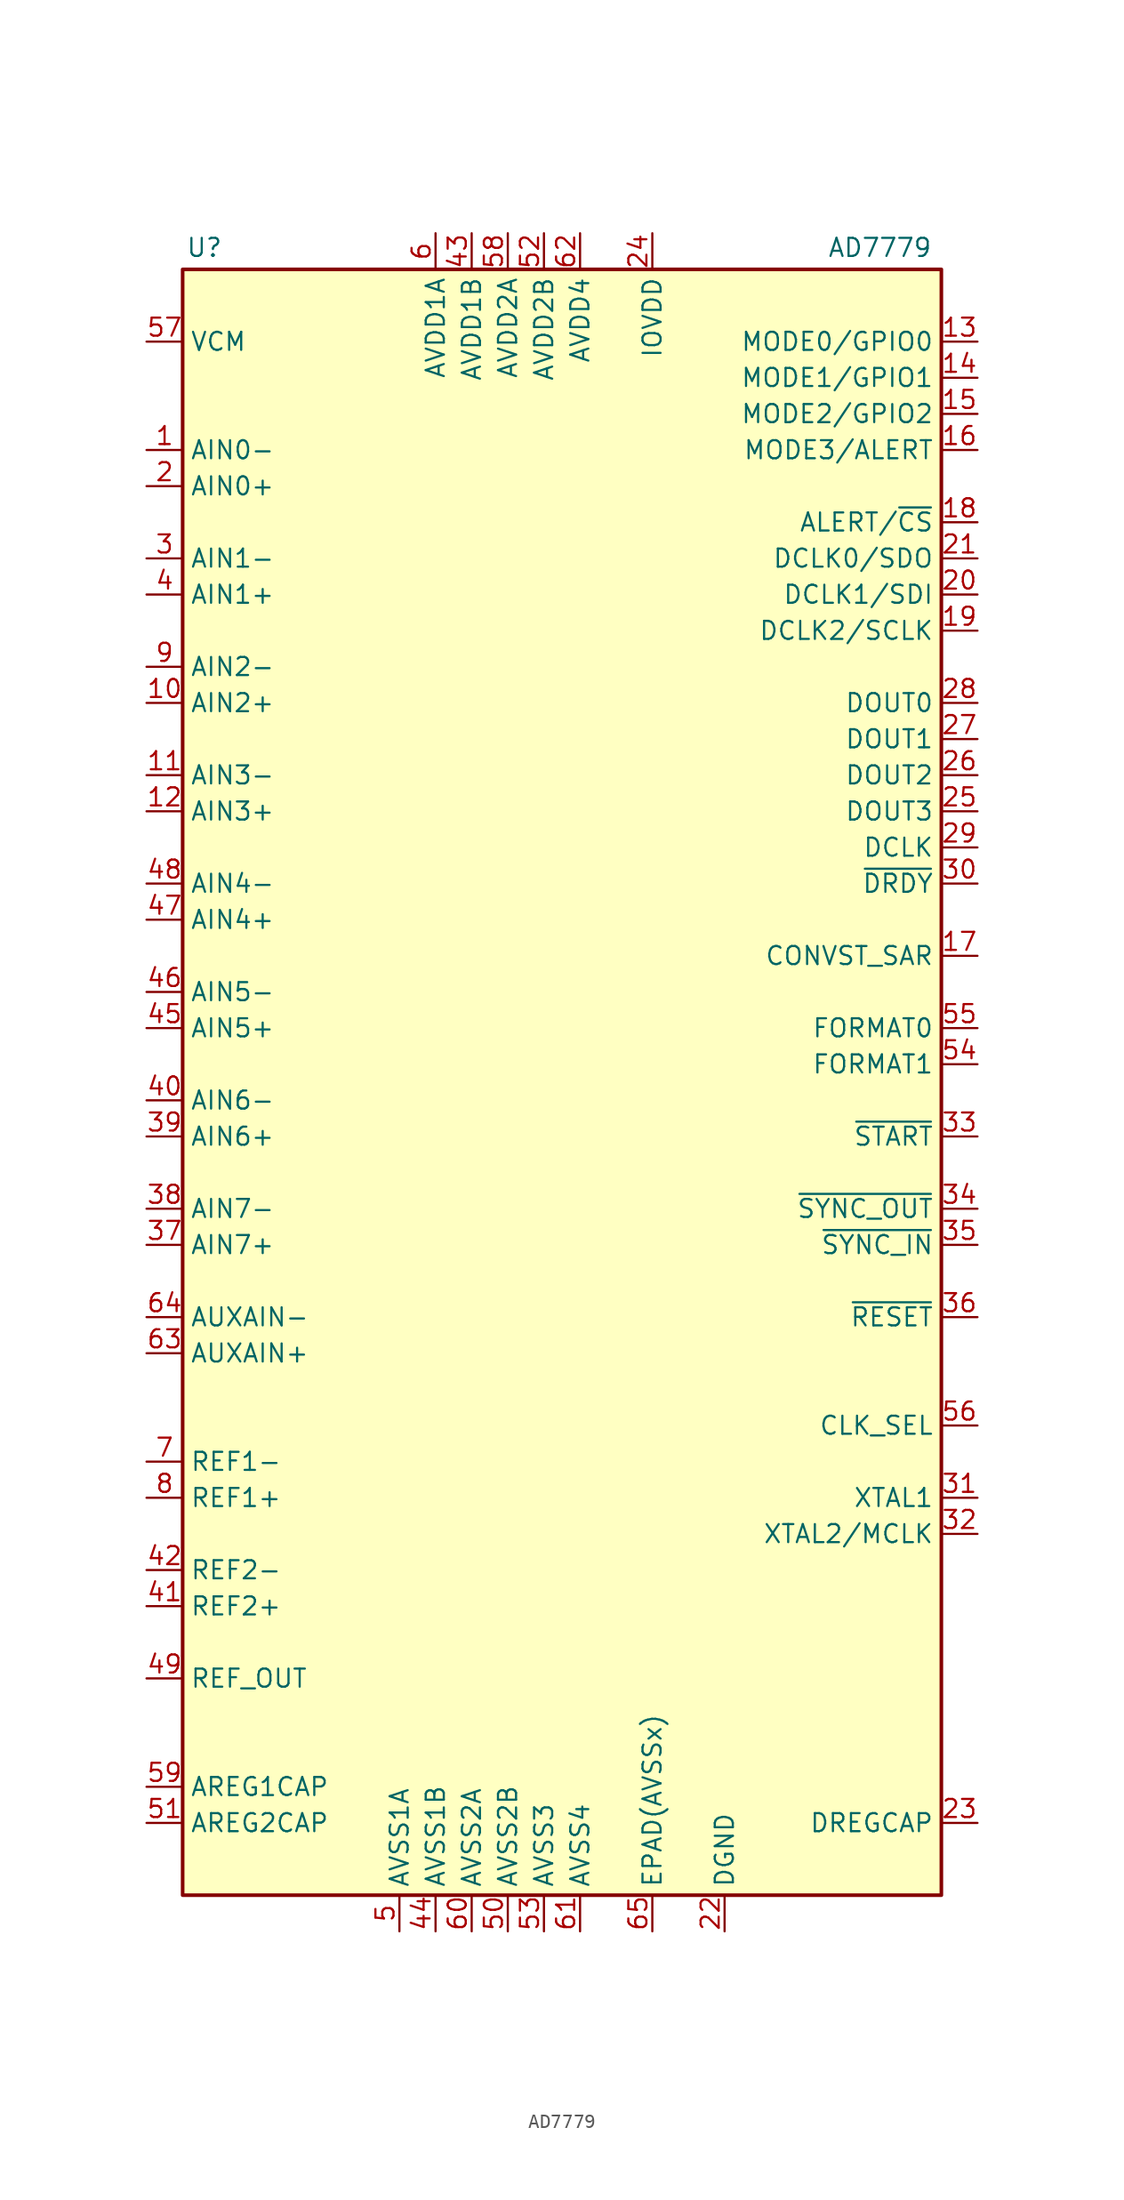
<source format=kicad_sym>
(kicad_symbol_lib
  (version 20241209)
  (generator "kicad_symbol_editor")
  (generator_version "9.0")
  (symbol "AD7779"
    (property "Reference" "U"
      (at -26.416 59.944 0)
      (effects (font (size 1.27 1.27))))
    (property "Value" "AD7779"
      (at 21.082 59.944 0)
      (effects (font (size 1.27 1.27))))
    (symbol "AD7779_1_1"
      (rectangle (start -27.94 58.42) (end 25.4 -55.88) (stroke (width 0.254) (type default)) (fill (type background)))
      (pin output line (at -30.48 53.34 0) (length 2.54) (name "VCM" (effects (font (size 1.27 1.27)))) (number "57" (effects (font (size 1.27 1.27)))))
      (pin input line (at -30.48 45.72 0) (length 2.54) (name "AIN0-" (effects (font (size 1.27 1.27)))) (number "1" (effects (font (size 1.27 1.27)))))
      (pin input line (at -30.48 43.18 0) (length 2.54) (name "AIN0+" (effects (font (size 1.27 1.27)))) (number "2" (effects (font (size 1.27 1.27)))))
      (pin input line (at -30.48 38.1 0) (length 2.54) (name "AIN1-" (effects (font (size 1.27 1.27)))) (number "3" (effects (font (size 1.27 1.27)))))
      (pin input line (at -30.48 35.56 0) (length 2.54) (name "AIN1+" (effects (font (size 1.27 1.27)))) (number "4" (effects (font (size 1.27 1.27)))))
      (pin input line (at -30.48 30.48 0) (length 2.54) (name "AIN2-" (effects (font (size 1.27 1.27)))) (number "9" (effects (font (size 1.27 1.27)))))
      (pin input line (at -30.48 27.94 0) (length 2.54) (name "AIN2+" (effects (font (size 1.27 1.27)))) (number "10" (effects (font (size 1.27 1.27)))))
      (pin input line (at -30.48 22.86 0) (length 2.54) (name "AIN3-" (effects (font (size 1.27 1.27)))) (number "11" (effects (font (size 1.27 1.27)))))
      (pin input line (at -30.48 20.32 0) (length 2.54) (name "AIN3+" (effects (font (size 1.27 1.27)))) (number "12" (effects (font (size 1.27 1.27)))))
      (pin input line (at -30.48 15.24 0) (length 2.54) (name "AIN4-" (effects (font (size 1.27 1.27)))) (number "48" (effects (font (size 1.27 1.27)))))
      (pin input line (at -30.48 12.7 0) (length 2.54) (name "AIN4+" (effects (font (size 1.27 1.27)))) (number "47" (effects (font (size 1.27 1.27)))))
      (pin input line (at -30.48 7.62 0) (length 2.54) (name "AIN5-" (effects (font (size 1.27 1.27)))) (number "46" (effects (font (size 1.27 1.27)))))
      (pin input line (at -30.48 5.08 0) (length 2.54) (name "AIN5+" (effects (font (size 1.27 1.27)))) (number "45" (effects (font (size 1.27 1.27)))))
      (pin input line (at -30.48 0 0) (length 2.54) (name "AIN6-" (effects (font (size 1.27 1.27)))) (number "40" (effects (font (size 1.27 1.27)))))
      (pin input line (at -30.48 -2.54 0) (length 2.54) (name "AIN6+" (effects (font (size 1.27 1.27)))) (number "39" (effects (font (size 1.27 1.27)))))
      (pin input line (at -30.48 -7.62 0) (length 2.54) (name "AIN7-" (effects (font (size 1.27 1.27)))) (number "38" (effects (font (size 1.27 1.27)))))
      (pin input line (at -30.48 -10.16 0) (length 2.54) (name "AIN7+" (effects (font (size 1.27 1.27)))) (number "37" (effects (font (size 1.27 1.27)))))
      (pin input line (at -30.48 -15.24 0) (length 2.54) (name "AUXAIN-" (effects (font (size 1.27 1.27)))) (number "64" (effects (font (size 1.27 1.27)))))
      (pin input line (at -30.48 -17.78 0) (length 2.54) (name "AUXAIN+" (effects (font (size 1.27 1.27)))) (number "63" (effects (font (size 1.27 1.27)))))
      (pin input line (at -30.48 -25.4 0) (length 2.54) (name "REF1-" (effects (font (size 1.27 1.27)))) (number "7" (effects (font (size 1.27 1.27)))))
      (pin input line (at -30.48 -27.94 0) (length 2.54) (name "REF1+" (effects (font (size 1.27 1.27)))) (number "8" (effects (font (size 1.27 1.27)))))
      (pin input line (at -30.48 -33.02 0) (length 2.54) (name "REF2-" (effects (font (size 1.27 1.27)))) (number "42" (effects (font (size 1.27 1.27)))))
      (pin input line (at -30.48 -35.56 0) (length 2.54) (name "REF2+" (effects (font (size 1.27 1.27)))) (number "41" (effects (font (size 1.27 1.27)))))
      (pin output line (at -30.48 -40.64 0) (length 2.54) (name "REF_OUT" (effects (font (size 1.27 1.27)))) (number "49" (effects (font (size 1.27 1.27)))))
      (pin passive line (at -30.48 -48.26 0) (length 2.54) (name "AREG1CAP" (effects (font (size 1.27 1.27)))) (number "59" (effects (font (size 1.27 1.27)))))
      (pin passive line (at -30.48 -50.8 0) (length 2.54) (name "AREG2CAP" (effects (font (size 1.27 1.27)))) (number "51" (effects (font (size 1.27 1.27)))))
      (pin power_in line (at -12.7 -58.42 90) (length 2.54) (name "AVSS1A" (effects (font (size 1.27 1.27)))) (number "5" (effects (font (size 1.27 1.27)))))
      (pin power_in line (at -10.16 60.96 270) (length 2.54) (name "AVDD1A" (effects (font (size 1.27 1.27)))) (number "6" (effects (font (size 1.27 1.27)))))
      (pin power_in line (at -10.16 -58.42 90) (length 2.54) (name "AVSS1B" (effects (font (size 1.27 1.27)))) (number "44" (effects (font (size 1.27 1.27)))))
      (pin power_in line (at -7.62 60.96 270) (length 2.54) (name "AVDD1B" (effects (font (size 1.27 1.27)))) (number "43" (effects (font (size 1.27 1.27)))))
      (pin power_in line (at -7.62 -58.42 90) (length 2.54) (name "AVSS2A" (effects (font (size 1.27 1.27)))) (number "60" (effects (font (size 1.27 1.27)))))
      (pin power_in line (at -5.08 60.96 270) (length 2.54) (name "AVDD2A" (effects (font (size 1.27 1.27)))) (number "58" (effects (font (size 1.27 1.27)))))
      (pin power_in line (at -5.08 -58.42 90) (length 2.54) (name "AVSS2B" (effects (font (size 1.27 1.27)))) (number "50" (effects (font (size 1.27 1.27)))))
      (pin power_in line (at -2.54 60.96 270) (length 2.54) (name "AVDD2B" (effects (font (size 1.27 1.27)))) (number "52" (effects (font (size 1.27 1.27)))))
      (pin power_in line (at -2.54 -58.42 90) (length 2.54) (name "AVSS3" (effects (font (size 1.27 1.27)))) (number "53" (effects (font (size 1.27 1.27)))))
      (pin power_in line (at 0 60.96 270) (length 2.54) (name "AVDD4" (effects (font (size 1.27 1.27)))) (number "62" (effects (font (size 1.27 1.27)))))
      (pin power_in line (at 0 -58.42 90) (length 2.54) (name "AVSS4" (effects (font (size 1.27 1.27)))) (number "61" (effects (font (size 1.27 1.27)))))
      (pin power_in line (at 5.08 60.96 270) (length 2.54) (name "IOVDD" (effects (font (size 1.27 1.27)))) (number "24" (effects (font (size 1.27 1.27)))))
      (pin power_in line (at 5.08 -58.42 90) (length 2.54) (name "EPAD(AVSSx)" (effects (font (size 1.27 1.27)))) (number "65" (effects (font (size 1.27 1.27)))))
      (pin power_in line (at 10.16 -58.42 90) (length 2.54) (name "DGND" (effects (font (size 1.27 1.27)))) (number "22" (effects (font (size 1.27 1.27)))))
      (pin bidirectional line (at 27.94 53.34 180) (length 2.54) (name "MODE0/GPIO0" (effects (font (size 1.27 1.27)))) (number "13" (effects (font (size 1.27 1.27)))) (alternate "GPIO0" bidirectional line) (alternate "MODE0" input line))
      (pin bidirectional line (at 27.94 50.8 180) (length 2.54) (name "MODE1/GPIO1" (effects (font (size 1.27 1.27)))) (number "14" (effects (font (size 1.27 1.27)))) (alternate "GPIO1" bidirectional line) (alternate "MODE1" input line))
      (pin bidirectional line (at 27.94 48.26 180) (length 2.54) (name "MODE2/GPIO2" (effects (font (size 1.27 1.27)))) (number "15" (effects (font (size 1.27 1.27)))) (alternate "GPIO2" bidirectional line) (alternate "MODE2" input line))
      (pin bidirectional line (at 27.94 45.72 180) (length 2.54) (name "MODE3/ALERT" (effects (font (size 1.27 1.27)))) (number "16" (effects (font (size 1.27 1.27)))) (alternate "ALERT" output line) (alternate "MODE3" input line))
      (pin bidirectional line (at 27.94 40.64 180) (length 2.54) (name "ALERT/~{CS}" (effects (font (size 1.27 1.27)))) (number "18" (effects (font (size 1.27 1.27)))) (alternate "ALERT" output line) (alternate "~{CS}" input line))
      (pin bidirectional line (at 27.94 38.1 180) (length 2.54) (name "DCLK0/SDO" (effects (font (size 1.27 1.27)))) (number "21" (effects (font (size 1.27 1.27)))) (alternate "DCLK0" input line) (alternate "SDO" output line))
      (pin input line (at 27.94 35.56 180) (length 2.54) (name "DCLK1/SDI" (effects (font (size 1.27 1.27)))) (number "20" (effects (font (size 1.27 1.27)))) (alternate "DCLK1" input line) (alternate "SDI" input line))
      (pin input line (at 27.94 33.02 180) (length 2.54) (name "DCLK2/SCLK" (effects (font (size 1.27 1.27)))) (number "19" (effects (font (size 1.27 1.27)))) (alternate "DCLK2" input line) (alternate "SCLK" input line))
      (pin output line (at 27.94 27.94 180) (length 2.54) (name "DOUT0" (effects (font (size 1.27 1.27)))) (number "28" (effects (font (size 1.27 1.27)))))
      (pin output line (at 27.94 25.4 180) (length 2.54) (name "DOUT1" (effects (font (size 1.27 1.27)))) (number "27" (effects (font (size 1.27 1.27)))))
      (pin bidirectional line (at 27.94 22.86 180) (length 2.54) (name "DOUT2" (effects (font (size 1.27 1.27)))) (number "26" (effects (font (size 1.27 1.27)))))
      (pin bidirectional line (at 27.94 20.32 180) (length 2.54) (name "DOUT3" (effects (font (size 1.27 1.27)))) (number "25" (effects (font (size 1.27 1.27)))))
      (pin output line (at 27.94 17.78 180) (length 2.54) (name "DCLK" (effects (font (size 1.27 1.27)))) (number "29" (effects (font (size 1.27 1.27)))))
      (pin output line (at 27.94 15.24 180) (length 2.54) (name "~{DRDY}" (effects (font (size 1.27 1.27)))) (number "30" (effects (font (size 1.27 1.27)))))
      (pin input line (at 27.94 10.16 180) (length 2.54) (name "CONVST_SAR" (effects (font (size 1.27 1.27)))) (number "17" (effects (font (size 1.27 1.27)))))
      (pin input line (at 27.94 5.08 180) (length 2.54) (name "FORMAT0" (effects (font (size 1.27 1.27)))) (number "55" (effects (font (size 1.27 1.27)))))
      (pin input line (at 27.94 2.54 180) (length 2.54) (name "FORMAT1" (effects (font (size 1.27 1.27)))) (number "54" (effects (font (size 1.27 1.27)))))
      (pin input line (at 27.94 -2.54 180) (length 2.54) (name "~{START}" (effects (font (size 1.27 1.27)))) (number "33" (effects (font (size 1.27 1.27)))))
      (pin output line (at 27.94 -7.62 180) (length 2.54) (name "~{SYNC_OUT}" (effects (font (size 1.27 1.27)))) (number "34" (effects (font (size 1.27 1.27)))))
      (pin input line (at 27.94 -10.16 180) (length 2.54) (name "~{SYNC_IN}" (effects (font (size 1.27 1.27)))) (number "35" (effects (font (size 1.27 1.27)))))
      (pin input line (at 27.94 -15.24 180) (length 2.54) (name "~{RESET}" (effects (font (size 1.27 1.27)))) (number "36" (effects (font (size 1.27 1.27)))))
      (pin input line (at 27.94 -22.86 180) (length 2.54) (name "CLK_SEL" (effects (font (size 1.27 1.27)))) (number "56" (effects (font (size 1.27 1.27)))))
      (pin passive line (at 27.94 -27.94 180) (length 2.54) (name "XTAL1" (effects (font (size 1.27 1.27)))) (number "31" (effects (font (size 1.27 1.27)))))
      (pin input line (at 27.94 -30.48 180) (length 2.54) (name "XTAL2/MCLK" (effects (font (size 1.27 1.27)))) (number "32" (effects (font (size 1.27 1.27)))) (alternate "MCLK" input line) (alternate "XTAL2" passive line))
      (pin passive line (at 27.94 -50.8 180) (length 2.54) (name "DREGCAP" (effects (font (size 1.27 1.27)))) (number "23" (effects (font (size 1.27 1.27))))))))
</source>
